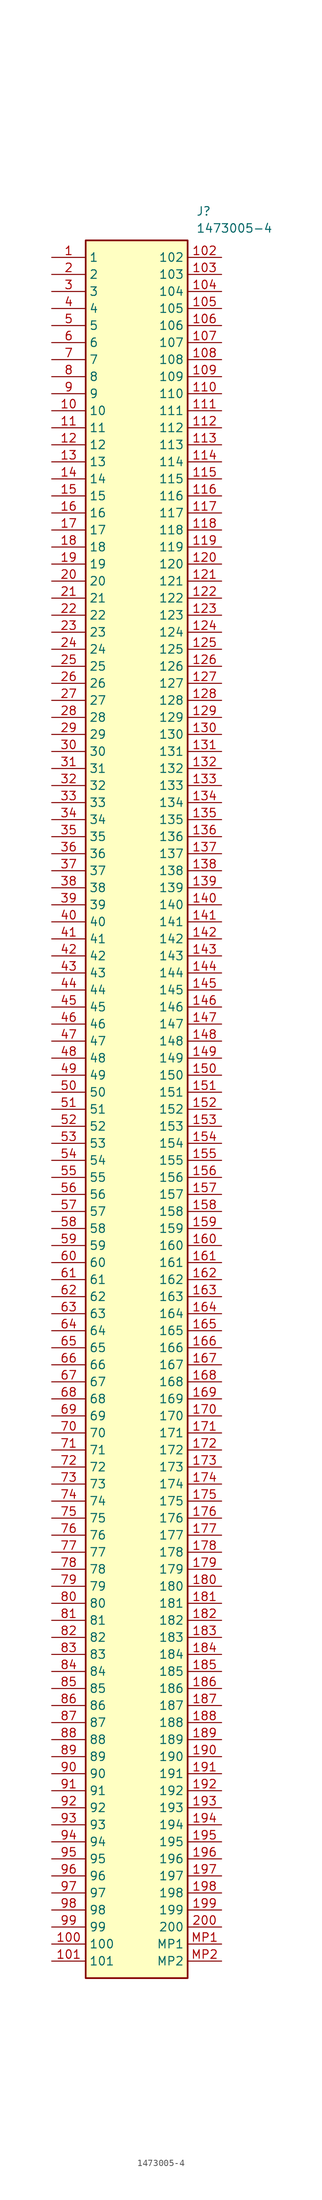
<source format=kicad_sym>
(kicad_symbol_lib
  (version 20241209)
  (generator "kicad_symbol_editor")
  (generator_version "9.0")
  (symbol "1473005-4"
    (property "Reference" "J"
      (at 21.59 7.62 0)
      (effects (font (size 1.27 1.27)) (justify left top)))
    (property "Value" "1473005-4"
      (at 21.59 5.08 0)
      (effects (font (size 1.27 1.27)) (justify left top)))
    (symbol "1473005-4_1_1"
      (rectangle (start 5.08 2.54) (end 20.32 -256.54) (stroke (width 0.254) (type default)) (fill (type background)))
      (pin passive line (at 0 0 0) (length 5.08) (name "1" (effects (font (size 1.27 1.27)))) (number "1" (effects (font (size 1.27 1.27)))))
      (pin passive line (at 0 -2.54 0) (length 5.08) (name "2" (effects (font (size 1.27 1.27)))) (number "2" (effects (font (size 1.27 1.27)))))
      (pin passive line (at 0 -5.08 0) (length 5.08) (name "3" (effects (font (size 1.27 1.27)))) (number "3" (effects (font (size 1.27 1.27)))))
      (pin passive line (at 0 -7.62 0) (length 5.08) (name "4" (effects (font (size 1.27 1.27)))) (number "4" (effects (font (size 1.27 1.27)))))
      (pin passive line (at 0 -10.16 0) (length 5.08) (name "5" (effects (font (size 1.27 1.27)))) (number "5" (effects (font (size 1.27 1.27)))))
      (pin passive line (at 0 -12.7 0) (length 5.08) (name "6" (effects (font (size 1.27 1.27)))) (number "6" (effects (font (size 1.27 1.27)))))
      (pin passive line (at 0 -15.24 0) (length 5.08) (name "7" (effects (font (size 1.27 1.27)))) (number "7" (effects (font (size 1.27 1.27)))))
      (pin passive line (at 0 -17.78 0) (length 5.08) (name "8" (effects (font (size 1.27 1.27)))) (number "8" (effects (font (size 1.27 1.27)))))
      (pin passive line (at 0 -20.32 0) (length 5.08) (name "9" (effects (font (size 1.27 1.27)))) (number "9" (effects (font (size 1.27 1.27)))))
      (pin passive line (at 0 -22.86 0) (length 5.08) (name "10" (effects (font (size 1.27 1.27)))) (number "10" (effects (font (size 1.27 1.27)))))
      (pin passive line (at 0 -25.4 0) (length 5.08) (name "11" (effects (font (size 1.27 1.27)))) (number "11" (effects (font (size 1.27 1.27)))))
      (pin passive line (at 0 -27.94 0) (length 5.08) (name "12" (effects (font (size 1.27 1.27)))) (number "12" (effects (font (size 1.27 1.27)))))
      (pin passive line (at 0 -30.48 0) (length 5.08) (name "13" (effects (font (size 1.27 1.27)))) (number "13" (effects (font (size 1.27 1.27)))))
      (pin passive line (at 0 -33.02 0) (length 5.08) (name "14" (effects (font (size 1.27 1.27)))) (number "14" (effects (font (size 1.27 1.27)))))
      (pin passive line (at 0 -35.56 0) (length 5.08) (name "15" (effects (font (size 1.27 1.27)))) (number "15" (effects (font (size 1.27 1.27)))))
      (pin passive line (at 0 -38.1 0) (length 5.08) (name "16" (effects (font (size 1.27 1.27)))) (number "16" (effects (font (size 1.27 1.27)))))
      (pin passive line (at 0 -40.64 0) (length 5.08) (name "17" (effects (font (size 1.27 1.27)))) (number "17" (effects (font (size 1.27 1.27)))))
      (pin passive line (at 0 -43.18 0) (length 5.08) (name "18" (effects (font (size 1.27 1.27)))) (number "18" (effects (font (size 1.27 1.27)))))
      (pin passive line (at 0 -45.72 0) (length 5.08) (name "19" (effects (font (size 1.27 1.27)))) (number "19" (effects (font (size 1.27 1.27)))))
      (pin passive line (at 0 -48.26 0) (length 5.08) (name "20" (effects (font (size 1.27 1.27)))) (number "20" (effects (font (size 1.27 1.27)))))
      (pin passive line (at 0 -50.8 0) (length 5.08) (name "21" (effects (font (size 1.27 1.27)))) (number "21" (effects (font (size 1.27 1.27)))))
      (pin passive line (at 0 -53.34 0) (length 5.08) (name "22" (effects (font (size 1.27 1.27)))) (number "22" (effects (font (size 1.27 1.27)))))
      (pin passive line (at 0 -55.88 0) (length 5.08) (name "23" (effects (font (size 1.27 1.27)))) (number "23" (effects (font (size 1.27 1.27)))))
      (pin passive line (at 0 -58.42 0) (length 5.08) (name "24" (effects (font (size 1.27 1.27)))) (number "24" (effects (font (size 1.27 1.27)))))
      (pin passive line (at 0 -60.96 0) (length 5.08) (name "25" (effects (font (size 1.27 1.27)))) (number "25" (effects (font (size 1.27 1.27)))))
      (pin passive line (at 0 -63.5 0) (length 5.08) (name "26" (effects (font (size 1.27 1.27)))) (number "26" (effects (font (size 1.27 1.27)))))
      (pin passive line (at 0 -66.04 0) (length 5.08) (name "27" (effects (font (size 1.27 1.27)))) (number "27" (effects (font (size 1.27 1.27)))))
      (pin passive line (at 0 -68.58 0) (length 5.08) (name "28" (effects (font (size 1.27 1.27)))) (number "28" (effects (font (size 1.27 1.27)))))
      (pin passive line (at 0 -71.12 0) (length 5.08) (name "29" (effects (font (size 1.27 1.27)))) (number "29" (effects (font (size 1.27 1.27)))))
      (pin passive line (at 0 -73.66 0) (length 5.08) (name "30" (effects (font (size 1.27 1.27)))) (number "30" (effects (font (size 1.27 1.27)))))
      (pin passive line (at 0 -76.2 0) (length 5.08) (name "31" (effects (font (size 1.27 1.27)))) (number "31" (effects (font (size 1.27 1.27)))))
      (pin passive line (at 0 -78.74 0) (length 5.08) (name "32" (effects (font (size 1.27 1.27)))) (number "32" (effects (font (size 1.27 1.27)))))
      (pin passive line (at 0 -81.28 0) (length 5.08) (name "33" (effects (font (size 1.27 1.27)))) (number "33" (effects (font (size 1.27 1.27)))))
      (pin passive line (at 0 -83.82 0) (length 5.08) (name "34" (effects (font (size 1.27 1.27)))) (number "34" (effects (font (size 1.27 1.27)))))
      (pin passive line (at 0 -86.36 0) (length 5.08) (name "35" (effects (font (size 1.27 1.27)))) (number "35" (effects (font (size 1.27 1.27)))))
      (pin passive line (at 0 -88.9 0) (length 5.08) (name "36" (effects (font (size 1.27 1.27)))) (number "36" (effects (font (size 1.27 1.27)))))
      (pin passive line (at 0 -91.44 0) (length 5.08) (name "37" (effects (font (size 1.27 1.27)))) (number "37" (effects (font (size 1.27 1.27)))))
      (pin passive line (at 0 -93.98 0) (length 5.08) (name "38" (effects (font (size 1.27 1.27)))) (number "38" (effects (font (size 1.27 1.27)))))
      (pin passive line (at 0 -96.52 0) (length 5.08) (name "39" (effects (font (size 1.27 1.27)))) (number "39" (effects (font (size 1.27 1.27)))))
      (pin passive line (at 0 -99.06 0) (length 5.08) (name "40" (effects (font (size 1.27 1.27)))) (number "40" (effects (font (size 1.27 1.27)))))
      (pin passive line (at 0 -101.6 0) (length 5.08) (name "41" (effects (font (size 1.27 1.27)))) (number "41" (effects (font (size 1.27 1.27)))))
      (pin passive line (at 0 -104.14 0) (length 5.08) (name "42" (effects (font (size 1.27 1.27)))) (number "42" (effects (font (size 1.27 1.27)))))
      (pin passive line (at 0 -106.68 0) (length 5.08) (name "43" (effects (font (size 1.27 1.27)))) (number "43" (effects (font (size 1.27 1.27)))))
      (pin passive line (at 0 -109.22 0) (length 5.08) (name "44" (effects (font (size 1.27 1.27)))) (number "44" (effects (font (size 1.27 1.27)))))
      (pin passive line (at 0 -111.76 0) (length 5.08) (name "45" (effects (font (size 1.27 1.27)))) (number "45" (effects (font (size 1.27 1.27)))))
      (pin passive line (at 0 -114.3 0) (length 5.08) (name "46" (effects (font (size 1.27 1.27)))) (number "46" (effects (font (size 1.27 1.27)))))
      (pin passive line (at 0 -116.84 0) (length 5.08) (name "47" (effects (font (size 1.27 1.27)))) (number "47" (effects (font (size 1.27 1.27)))))
      (pin passive line (at 0 -119.38 0) (length 5.08) (name "48" (effects (font (size 1.27 1.27)))) (number "48" (effects (font (size 1.27 1.27)))))
      (pin passive line (at 0 -121.92 0) (length 5.08) (name "49" (effects (font (size 1.27 1.27)))) (number "49" (effects (font (size 1.27 1.27)))))
      (pin passive line (at 0 -124.46 0) (length 5.08) (name "50" (effects (font (size 1.27 1.27)))) (number "50" (effects (font (size 1.27 1.27)))))
      (pin passive line (at 0 -127 0) (length 5.08) (name "51" (effects (font (size 1.27 1.27)))) (number "51" (effects (font (size 1.27 1.27)))))
      (pin passive line (at 0 -129.54 0) (length 5.08) (name "52" (effects (font (size 1.27 1.27)))) (number "52" (effects (font (size 1.27 1.27)))))
      (pin passive line (at 0 -132.08 0) (length 5.08) (name "53" (effects (font (size 1.27 1.27)))) (number "53" (effects (font (size 1.27 1.27)))))
      (pin passive line (at 0 -134.62 0) (length 5.08) (name "54" (effects (font (size 1.27 1.27)))) (number "54" (effects (font (size 1.27 1.27)))))
      (pin passive line (at 0 -137.16 0) (length 5.08) (name "55" (effects (font (size 1.27 1.27)))) (number "55" (effects (font (size 1.27 1.27)))))
      (pin passive line (at 0 -139.7 0) (length 5.08) (name "56" (effects (font (size 1.27 1.27)))) (number "56" (effects (font (size 1.27 1.27)))))
      (pin passive line (at 0 -142.24 0) (length 5.08) (name "57" (effects (font (size 1.27 1.27)))) (number "57" (effects (font (size 1.27 1.27)))))
      (pin passive line (at 0 -144.78 0) (length 5.08) (name "58" (effects (font (size 1.27 1.27)))) (number "58" (effects (font (size 1.27 1.27)))))
      (pin passive line (at 0 -147.32 0) (length 5.08) (name "59" (effects (font (size 1.27 1.27)))) (number "59" (effects (font (size 1.27 1.27)))))
      (pin passive line (at 0 -149.86 0) (length 5.08) (name "60" (effects (font (size 1.27 1.27)))) (number "60" (effects (font (size 1.27 1.27)))))
      (pin passive line (at 0 -152.4 0) (length 5.08) (name "61" (effects (font (size 1.27 1.27)))) (number "61" (effects (font (size 1.27 1.27)))))
      (pin passive line (at 0 -154.94 0) (length 5.08) (name "62" (effects (font (size 1.27 1.27)))) (number "62" (effects (font (size 1.27 1.27)))))
      (pin passive line (at 0 -157.48 0) (length 5.08) (name "63" (effects (font (size 1.27 1.27)))) (number "63" (effects (font (size 1.27 1.27)))))
      (pin passive line (at 0 -160.02 0) (length 5.08) (name "64" (effects (font (size 1.27 1.27)))) (number "64" (effects (font (size 1.27 1.27)))))
      (pin passive line (at 0 -162.56 0) (length 5.08) (name "65" (effects (font (size 1.27 1.27)))) (number "65" (effects (font (size 1.27 1.27)))))
      (pin passive line (at 0 -165.1 0) (length 5.08) (name "66" (effects (font (size 1.27 1.27)))) (number "66" (effects (font (size 1.27 1.27)))))
      (pin passive line (at 0 -167.64 0) (length 5.08) (name "67" (effects (font (size 1.27 1.27)))) (number "67" (effects (font (size 1.27 1.27)))))
      (pin passive line (at 0 -170.18 0) (length 5.08) (name "68" (effects (font (size 1.27 1.27)))) (number "68" (effects (font (size 1.27 1.27)))))
      (pin passive line (at 0 -172.72 0) (length 5.08) (name "69" (effects (font (size 1.27 1.27)))) (number "69" (effects (font (size 1.27 1.27)))))
      (pin passive line (at 0 -175.26 0) (length 5.08) (name "70" (effects (font (size 1.27 1.27)))) (number "70" (effects (font (size 1.27 1.27)))))
      (pin passive line (at 0 -177.8 0) (length 5.08) (name "71" (effects (font (size 1.27 1.27)))) (number "71" (effects (font (size 1.27 1.27)))))
      (pin passive line (at 0 -180.34 0) (length 5.08) (name "72" (effects (font (size 1.27 1.27)))) (number "72" (effects (font (size 1.27 1.27)))))
      (pin passive line (at 0 -182.88 0) (length 5.08) (name "73" (effects (font (size 1.27 1.27)))) (number "73" (effects (font (size 1.27 1.27)))))
      (pin passive line (at 0 -185.42 0) (length 5.08) (name "74" (effects (font (size 1.27 1.27)))) (number "74" (effects (font (size 1.27 1.27)))))
      (pin passive line (at 0 -187.96 0) (length 5.08) (name "75" (effects (font (size 1.27 1.27)))) (number "75" (effects (font (size 1.27 1.27)))))
      (pin passive line (at 0 -190.5 0) (length 5.08) (name "76" (effects (font (size 1.27 1.27)))) (number "76" (effects (font (size 1.27 1.27)))))
      (pin passive line (at 0 -193.04 0) (length 5.08) (name "77" (effects (font (size 1.27 1.27)))) (number "77" (effects (font (size 1.27 1.27)))))
      (pin passive line (at 0 -195.58 0) (length 5.08) (name "78" (effects (font (size 1.27 1.27)))) (number "78" (effects (font (size 1.27 1.27)))))
      (pin passive line (at 0 -198.12 0) (length 5.08) (name "79" (effects (font (size 1.27 1.27)))) (number "79" (effects (font (size 1.27 1.27)))))
      (pin passive line (at 0 -200.66 0) (length 5.08) (name "80" (effects (font (size 1.27 1.27)))) (number "80" (effects (font (size 1.27 1.27)))))
      (pin passive line (at 0 -203.2 0) (length 5.08) (name "81" (effects (font (size 1.27 1.27)))) (number "81" (effects (font (size 1.27 1.27)))))
      (pin passive line (at 0 -205.74 0) (length 5.08) (name "82" (effects (font (size 1.27 1.27)))) (number "82" (effects (font (size 1.27 1.27)))))
      (pin passive line (at 0 -208.28 0) (length 5.08) (name "83" (effects (font (size 1.27 1.27)))) (number "83" (effects (font (size 1.27 1.27)))))
      (pin passive line (at 0 -210.82 0) (length 5.08) (name "84" (effects (font (size 1.27 1.27)))) (number "84" (effects (font (size 1.27 1.27)))))
      (pin passive line (at 0 -213.36 0) (length 5.08) (name "85" (effects (font (size 1.27 1.27)))) (number "85" (effects (font (size 1.27 1.27)))))
      (pin passive line (at 0 -215.9 0) (length 5.08) (name "86" (effects (font (size 1.27 1.27)))) (number "86" (effects (font (size 1.27 1.27)))))
      (pin passive line (at 0 -218.44 0) (length 5.08) (name "87" (effects (font (size 1.27 1.27)))) (number "87" (effects (font (size 1.27 1.27)))))
      (pin passive line (at 0 -220.98 0) (length 5.08) (name "88" (effects (font (size 1.27 1.27)))) (number "88" (effects (font (size 1.27 1.27)))))
      (pin passive line (at 0 -223.52 0) (length 5.08) (name "89" (effects (font (size 1.27 1.27)))) (number "89" (effects (font (size 1.27 1.27)))))
      (pin passive line (at 0 -226.06 0) (length 5.08) (name "90" (effects (font (size 1.27 1.27)))) (number "90" (effects (font (size 1.27 1.27)))))
      (pin passive line (at 0 -228.6 0) (length 5.08) (name "91" (effects (font (size 1.27 1.27)))) (number "91" (effects (font (size 1.27 1.27)))))
      (pin passive line (at 0 -231.14 0) (length 5.08) (name "92" (effects (font (size 1.27 1.27)))) (number "92" (effects (font (size 1.27 1.27)))))
      (pin passive line (at 0 -233.68 0) (length 5.08) (name "93" (effects (font (size 1.27 1.27)))) (number "93" (effects (font (size 1.27 1.27)))))
      (pin passive line (at 0 -236.22 0) (length 5.08) (name "94" (effects (font (size 1.27 1.27)))) (number "94" (effects (font (size 1.27 1.27)))))
      (pin passive line (at 0 -238.76 0) (length 5.08) (name "95" (effects (font (size 1.27 1.27)))) (number "95" (effects (font (size 1.27 1.27)))))
      (pin passive line (at 0 -241.3 0) (length 5.08) (name "96" (effects (font (size 1.27 1.27)))) (number "96" (effects (font (size 1.27 1.27)))))
      (pin passive line (at 0 -243.84 0) (length 5.08) (name "97" (effects (font (size 1.27 1.27)))) (number "97" (effects (font (size 1.27 1.27)))))
      (pin passive line (at 0 -246.38 0) (length 5.08) (name "98" (effects (font (size 1.27 1.27)))) (number "98" (effects (font (size 1.27 1.27)))))
      (pin passive line (at 0 -248.92 0) (length 5.08) (name "99" (effects (font (size 1.27 1.27)))) (number "99" (effects (font (size 1.27 1.27)))))
      (pin passive line (at 0 -251.46 0) (length 5.08) (name "100" (effects (font (size 1.27 1.27)))) (number "100" (effects (font (size 1.27 1.27)))))
      (pin passive line (at 0 -254 0) (length 5.08) (name "101" (effects (font (size 1.27 1.27)))) (number "101" (effects (font (size 1.27 1.27)))))
      (pin passive line (at 25.4 0 180) (length 5.08) (name "102" (effects (font (size 1.27 1.27)))) (number "102" (effects (font (size 1.27 1.27)))))
      (pin passive line (at 25.4 -2.54 180) (length 5.08) (name "103" (effects (font (size 1.27 1.27)))) (number "103" (effects (font (size 1.27 1.27)))))
      (pin passive line (at 25.4 -5.08 180) (length 5.08) (name "104" (effects (font (size 1.27 1.27)))) (number "104" (effects (font (size 1.27 1.27)))))
      (pin passive line (at 25.4 -7.62 180) (length 5.08) (name "105" (effects (font (size 1.27 1.27)))) (number "105" (effects (font (size 1.27 1.27)))))
      (pin passive line (at 25.4 -10.16 180) (length 5.08) (name "106" (effects (font (size 1.27 1.27)))) (number "106" (effects (font (size 1.27 1.27)))))
      (pin passive line (at 25.4 -12.7 180) (length 5.08) (name "107" (effects (font (size 1.27 1.27)))) (number "107" (effects (font (size 1.27 1.27)))))
      (pin passive line (at 25.4 -15.24 180) (length 5.08) (name "108" (effects (font (size 1.27 1.27)))) (number "108" (effects (font (size 1.27 1.27)))))
      (pin passive line (at 25.4 -17.78 180) (length 5.08) (name "109" (effects (font (size 1.27 1.27)))) (number "109" (effects (font (size 1.27 1.27)))))
      (pin passive line (at 25.4 -20.32 180) (length 5.08) (name "110" (effects (font (size 1.27 1.27)))) (number "110" (effects (font (size 1.27 1.27)))))
      (pin passive line (at 25.4 -22.86 180) (length 5.08) (name "111" (effects (font (size 1.27 1.27)))) (number "111" (effects (font (size 1.27 1.27)))))
      (pin passive line (at 25.4 -25.4 180) (length 5.08) (name "112" (effects (font (size 1.27 1.27)))) (number "112" (effects (font (size 1.27 1.27)))))
      (pin passive line (at 25.4 -27.94 180) (length 5.08) (name "113" (effects (font (size 1.27 1.27)))) (number "113" (effects (font (size 1.27 1.27)))))
      (pin passive line (at 25.4 -30.48 180) (length 5.08) (name "114" (effects (font (size 1.27 1.27)))) (number "114" (effects (font (size 1.27 1.27)))))
      (pin passive line (at 25.4 -33.02 180) (length 5.08) (name "115" (effects (font (size 1.27 1.27)))) (number "115" (effects (font (size 1.27 1.27)))))
      (pin passive line (at 25.4 -35.56 180) (length 5.08) (name "116" (effects (font (size 1.27 1.27)))) (number "116" (effects (font (size 1.27 1.27)))))
      (pin passive line (at 25.4 -38.1 180) (length 5.08) (name "117" (effects (font (size 1.27 1.27)))) (number "117" (effects (font (size 1.27 1.27)))))
      (pin passive line (at 25.4 -40.64 180) (length 5.08) (name "118" (effects (font (size 1.27 1.27)))) (number "118" (effects (font (size 1.27 1.27)))))
      (pin passive line (at 25.4 -43.18 180) (length 5.08) (name "119" (effects (font (size 1.27 1.27)))) (number "119" (effects (font (size 1.27 1.27)))))
      (pin passive line (at 25.4 -45.72 180) (length 5.08) (name "120" (effects (font (size 1.27 1.27)))) (number "120" (effects (font (size 1.27 1.27)))))
      (pin passive line (at 25.4 -48.26 180) (length 5.08) (name "121" (effects (font (size 1.27 1.27)))) (number "121" (effects (font (size 1.27 1.27)))))
      (pin passive line (at 25.4 -50.8 180) (length 5.08) (name "122" (effects (font (size 1.27 1.27)))) (number "122" (effects (font (size 1.27 1.27)))))
      (pin passive line (at 25.4 -53.34 180) (length 5.08) (name "123" (effects (font (size 1.27 1.27)))) (number "123" (effects (font (size 1.27 1.27)))))
      (pin passive line (at 25.4 -55.88 180) (length 5.08) (name "124" (effects (font (size 1.27 1.27)))) (number "124" (effects (font (size 1.27 1.27)))))
      (pin passive line (at 25.4 -58.42 180) (length 5.08) (name "125" (effects (font (size 1.27 1.27)))) (number "125" (effects (font (size 1.27 1.27)))))
      (pin passive line (at 25.4 -60.96 180) (length 5.08) (name "126" (effects (font (size 1.27 1.27)))) (number "126" (effects (font (size 1.27 1.27)))))
      (pin passive line (at 25.4 -63.5 180) (length 5.08) (name "127" (effects (font (size 1.27 1.27)))) (number "127" (effects (font (size 1.27 1.27)))))
      (pin passive line (at 25.4 -66.04 180) (length 5.08) (name "128" (effects (font (size 1.27 1.27)))) (number "128" (effects (font (size 1.27 1.27)))))
      (pin passive line (at 25.4 -68.58 180) (length 5.08) (name "129" (effects (font (size 1.27 1.27)))) (number "129" (effects (font (size 1.27 1.27)))))
      (pin passive line (at 25.4 -71.12 180) (length 5.08) (name "130" (effects (font (size 1.27 1.27)))) (number "130" (effects (font (size 1.27 1.27)))))
      (pin passive line (at 25.4 -73.66 180) (length 5.08) (name "131" (effects (font (size 1.27 1.27)))) (number "131" (effects (font (size 1.27 1.27)))))
      (pin passive line (at 25.4 -76.2 180) (length 5.08) (name "132" (effects (font (size 1.27 1.27)))) (number "132" (effects (font (size 1.27 1.27)))))
      (pin passive line (at 25.4 -78.74 180) (length 5.08) (name "133" (effects (font (size 1.27 1.27)))) (number "133" (effects (font (size 1.27 1.27)))))
      (pin passive line (at 25.4 -81.28 180) (length 5.08) (name "134" (effects (font (size 1.27 1.27)))) (number "134" (effects (font (size 1.27 1.27)))))
      (pin passive line (at 25.4 -83.82 180) (length 5.08) (name "135" (effects (font (size 1.27 1.27)))) (number "135" (effects (font (size 1.27 1.27)))))
      (pin passive line (at 25.4 -86.36 180) (length 5.08) (name "136" (effects (font (size 1.27 1.27)))) (number "136" (effects (font (size 1.27 1.27)))))
      (pin passive line (at 25.4 -88.9 180) (length 5.08) (name "137" (effects (font (size 1.27 1.27)))) (number "137" (effects (font (size 1.27 1.27)))))
      (pin passive line (at 25.4 -91.44 180) (length 5.08) (name "138" (effects (font (size 1.27 1.27)))) (number "138" (effects (font (size 1.27 1.27)))))
      (pin passive line (at 25.4 -93.98 180) (length 5.08) (name "139" (effects (font (size 1.27 1.27)))) (number "139" (effects (font (size 1.27 1.27)))))
      (pin passive line (at 25.4 -96.52 180) (length 5.08) (name "140" (effects (font (size 1.27 1.27)))) (number "140" (effects (font (size 1.27 1.27)))))
      (pin passive line (at 25.4 -99.06 180) (length 5.08) (name "141" (effects (font (size 1.27 1.27)))) (number "141" (effects (font (size 1.27 1.27)))))
      (pin passive line (at 25.4 -101.6 180) (length 5.08) (name "142" (effects (font (size 1.27 1.27)))) (number "142" (effects (font (size 1.27 1.27)))))
      (pin passive line (at 25.4 -104.14 180) (length 5.08) (name "143" (effects (font (size 1.27 1.27)))) (number "143" (effects (font (size 1.27 1.27)))))
      (pin passive line (at 25.4 -106.68 180) (length 5.08) (name "144" (effects (font (size 1.27 1.27)))) (number "144" (effects (font (size 1.27 1.27)))))
      (pin passive line (at 25.4 -109.22 180) (length 5.08) (name "145" (effects (font (size 1.27 1.27)))) (number "145" (effects (font (size 1.27 1.27)))))
      (pin passive line (at 25.4 -111.76 180) (length 5.08) (name "146" (effects (font (size 1.27 1.27)))) (number "146" (effects (font (size 1.27 1.27)))))
      (pin passive line (at 25.4 -114.3 180) (length 5.08) (name "147" (effects (font (size 1.27 1.27)))) (number "147" (effects (font (size 1.27 1.27)))))
      (pin passive line (at 25.4 -116.84 180) (length 5.08) (name "148" (effects (font (size 1.27 1.27)))) (number "148" (effects (font (size 1.27 1.27)))))
      (pin passive line (at 25.4 -119.38 180) (length 5.08) (name "149" (effects (font (size 1.27 1.27)))) (number "149" (effects (font (size 1.27 1.27)))))
      (pin passive line (at 25.4 -121.92 180) (length 5.08) (name "150" (effects (font (size 1.27 1.27)))) (number "150" (effects (font (size 1.27 1.27)))))
      (pin passive line (at 25.4 -124.46 180) (length 5.08) (name "151" (effects (font (size 1.27 1.27)))) (number "151" (effects (font (size 1.27 1.27)))))
      (pin passive line (at 25.4 -127 180) (length 5.08) (name "152" (effects (font (size 1.27 1.27)))) (number "152" (effects (font (size 1.27 1.27)))))
      (pin passive line (at 25.4 -129.54 180) (length 5.08) (name "153" (effects (font (size 1.27 1.27)))) (number "153" (effects (font (size 1.27 1.27)))))
      (pin passive line (at 25.4 -132.08 180) (length 5.08) (name "154" (effects (font (size 1.27 1.27)))) (number "154" (effects (font (size 1.27 1.27)))))
      (pin passive line (at 25.4 -134.62 180) (length 5.08) (name "155" (effects (font (size 1.27 1.27)))) (number "155" (effects (font (size 1.27 1.27)))))
      (pin passive line (at 25.4 -137.16 180) (length 5.08) (name "156" (effects (font (size 1.27 1.27)))) (number "156" (effects (font (size 1.27 1.27)))))
      (pin passive line (at 25.4 -139.7 180) (length 5.08) (name "157" (effects (font (size 1.27 1.27)))) (number "157" (effects (font (size 1.27 1.27)))))
      (pin passive line (at 25.4 -142.24 180) (length 5.08) (name "158" (effects (font (size 1.27 1.27)))) (number "158" (effects (font (size 1.27 1.27)))))
      (pin passive line (at 25.4 -144.78 180) (length 5.08) (name "159" (effects (font (size 1.27 1.27)))) (number "159" (effects (font (size 1.27 1.27)))))
      (pin passive line (at 25.4 -147.32 180) (length 5.08) (name "160" (effects (font (size 1.27 1.27)))) (number "160" (effects (font (size 1.27 1.27)))))
      (pin passive line (at 25.4 -149.86 180) (length 5.08) (name "161" (effects (font (size 1.27 1.27)))) (number "161" (effects (font (size 1.27 1.27)))))
      (pin passive line (at 25.4 -152.4 180) (length 5.08) (name "162" (effects (font (size 1.27 1.27)))) (number "162" (effects (font (size 1.27 1.27)))))
      (pin passive line (at 25.4 -154.94 180) (length 5.08) (name "163" (effects (font (size 1.27 1.27)))) (number "163" (effects (font (size 1.27 1.27)))))
      (pin passive line (at 25.4 -157.48 180) (length 5.08) (name "164" (effects (font (size 1.27 1.27)))) (number "164" (effects (font (size 1.27 1.27)))))
      (pin passive line (at 25.4 -160.02 180) (length 5.08) (name "165" (effects (font (size 1.27 1.27)))) (number "165" (effects (font (size 1.27 1.27)))))
      (pin passive line (at 25.4 -162.56 180) (length 5.08) (name "166" (effects (font (size 1.27 1.27)))) (number "166" (effects (font (size 1.27 1.27)))))
      (pin passive line (at 25.4 -165.1 180) (length 5.08) (name "167" (effects (font (size 1.27 1.27)))) (number "167" (effects (font (size 1.27 1.27)))))
      (pin passive line (at 25.4 -167.64 180) (length 5.08) (name "168" (effects (font (size 1.27 1.27)))) (number "168" (effects (font (size 1.27 1.27)))))
      (pin passive line (at 25.4 -170.18 180) (length 5.08) (name "169" (effects (font (size 1.27 1.27)))) (number "169" (effects (font (size 1.27 1.27)))))
      (pin passive line (at 25.4 -172.72 180) (length 5.08) (name "170" (effects (font (size 1.27 1.27)))) (number "170" (effects (font (size 1.27 1.27)))))
      (pin passive line (at 25.4 -175.26 180) (length 5.08) (name "171" (effects (font (size 1.27 1.27)))) (number "171" (effects (font (size 1.27 1.27)))))
      (pin passive line (at 25.4 -177.8 180) (length 5.08) (name "172" (effects (font (size 1.27 1.27)))) (number "172" (effects (font (size 1.27 1.27)))))
      (pin passive line (at 25.4 -180.34 180) (length 5.08) (name "173" (effects (font (size 1.27 1.27)))) (number "173" (effects (font (size 1.27 1.27)))))
      (pin passive line (at 25.4 -182.88 180) (length 5.08) (name "174" (effects (font (size 1.27 1.27)))) (number "174" (effects (font (size 1.27 1.27)))))
      (pin passive line (at 25.4 -185.42 180) (length 5.08) (name "175" (effects (font (size 1.27 1.27)))) (number "175" (effects (font (size 1.27 1.27)))))
      (pin passive line (at 25.4 -187.96 180) (length 5.08) (name "176" (effects (font (size 1.27 1.27)))) (number "176" (effects (font (size 1.27 1.27)))))
      (pin passive line (at 25.4 -190.5 180) (length 5.08) (name "177" (effects (font (size 1.27 1.27)))) (number "177" (effects (font (size 1.27 1.27)))))
      (pin passive line (at 25.4 -193.04 180) (length 5.08) (name "178" (effects (font (size 1.27 1.27)))) (number "178" (effects (font (size 1.27 1.27)))))
      (pin passive line (at 25.4 -195.58 180) (length 5.08) (name "179" (effects (font (size 1.27 1.27)))) (number "179" (effects (font (size 1.27 1.27)))))
      (pin passive line (at 25.4 -198.12 180) (length 5.08) (name "180" (effects (font (size 1.27 1.27)))) (number "180" (effects (font (size 1.27 1.27)))))
      (pin passive line (at 25.4 -200.66 180) (length 5.08) (name "181" (effects (font (size 1.27 1.27)))) (number "181" (effects (font (size 1.27 1.27)))))
      (pin passive line (at 25.4 -203.2 180) (length 5.08) (name "182" (effects (font (size 1.27 1.27)))) (number "182" (effects (font (size 1.27 1.27)))))
      (pin passive line (at 25.4 -205.74 180) (length 5.08) (name "183" (effects (font (size 1.27 1.27)))) (number "183" (effects (font (size 1.27 1.27)))))
      (pin passive line (at 25.4 -208.28 180) (length 5.08) (name "184" (effects (font (size 1.27 1.27)))) (number "184" (effects (font (size 1.27 1.27)))))
      (pin passive line (at 25.4 -210.82 180) (length 5.08) (name "185" (effects (font (size 1.27 1.27)))) (number "185" (effects (font (size 1.27 1.27)))))
      (pin passive line (at 25.4 -213.36 180) (length 5.08) (name "186" (effects (font (size 1.27 1.27)))) (number "186" (effects (font (size 1.27 1.27)))))
      (pin passive line (at 25.4 -215.9 180) (length 5.08) (name "187" (effects (font (size 1.27 1.27)))) (number "187" (effects (font (size 1.27 1.27)))))
      (pin passive line (at 25.4 -218.44 180) (length 5.08) (name "188" (effects (font (size 1.27 1.27)))) (number "188" (effects (font (size 1.27 1.27)))))
      (pin passive line (at 25.4 -220.98 180) (length 5.08) (name "189" (effects (font (size 1.27 1.27)))) (number "189" (effects (font (size 1.27 1.27)))))
      (pin passive line (at 25.4 -223.52 180) (length 5.08) (name "190" (effects (font (size 1.27 1.27)))) (number "190" (effects (font (size 1.27 1.27)))))
      (pin passive line (at 25.4 -226.06 180) (length 5.08) (name "191" (effects (font (size 1.27 1.27)))) (number "191" (effects (font (size 1.27 1.27)))))
      (pin passive line (at 25.4 -228.6 180) (length 5.08) (name "192" (effects (font (size 1.27 1.27)))) (number "192" (effects (font (size 1.27 1.27)))))
      (pin passive line (at 25.4 -231.14 180) (length 5.08) (name "193" (effects (font (size 1.27 1.27)))) (number "193" (effects (font (size 1.27 1.27)))))
      (pin passive line (at 25.4 -233.68 180) (length 5.08) (name "194" (effects (font (size 1.27 1.27)))) (number "194" (effects (font (size 1.27 1.27)))))
      (pin passive line (at 25.4 -236.22 180) (length 5.08) (name "195" (effects (font (size 1.27 1.27)))) (number "195" (effects (font (size 1.27 1.27)))))
      (pin passive line (at 25.4 -238.76 180) (length 5.08) (name "196" (effects (font (size 1.27 1.27)))) (number "196" (effects (font (size 1.27 1.27)))))
      (pin passive line (at 25.4 -241.3 180) (length 5.08) (name "197" (effects (font (size 1.27 1.27)))) (number "197" (effects (font (size 1.27 1.27)))))
      (pin passive line (at 25.4 -243.84 180) (length 5.08) (name "198" (effects (font (size 1.27 1.27)))) (number "198" (effects (font (size 1.27 1.27)))))
      (pin passive line (at 25.4 -246.38 180) (length 5.08) (name "199" (effects (font (size 1.27 1.27)))) (number "199" (effects (font (size 1.27 1.27)))))
      (pin passive line (at 25.4 -248.92 180) (length 5.08) (name "200" (effects (font (size 1.27 1.27)))) (number "200" (effects (font (size 1.27 1.27)))))
      (pin passive line (at 25.4 -251.46 180) (length 5.08) (name "MP1" (effects (font (size 1.27 1.27)))) (number "MP1" (effects (font (size 1.27 1.27)))))
      (pin passive line (at 25.4 -254 180) (length 5.08) (name "MP2" (effects (font (size 1.27 1.27)))) (number "MP2" (effects (font (size 1.27 1.27))))))))
</source>
